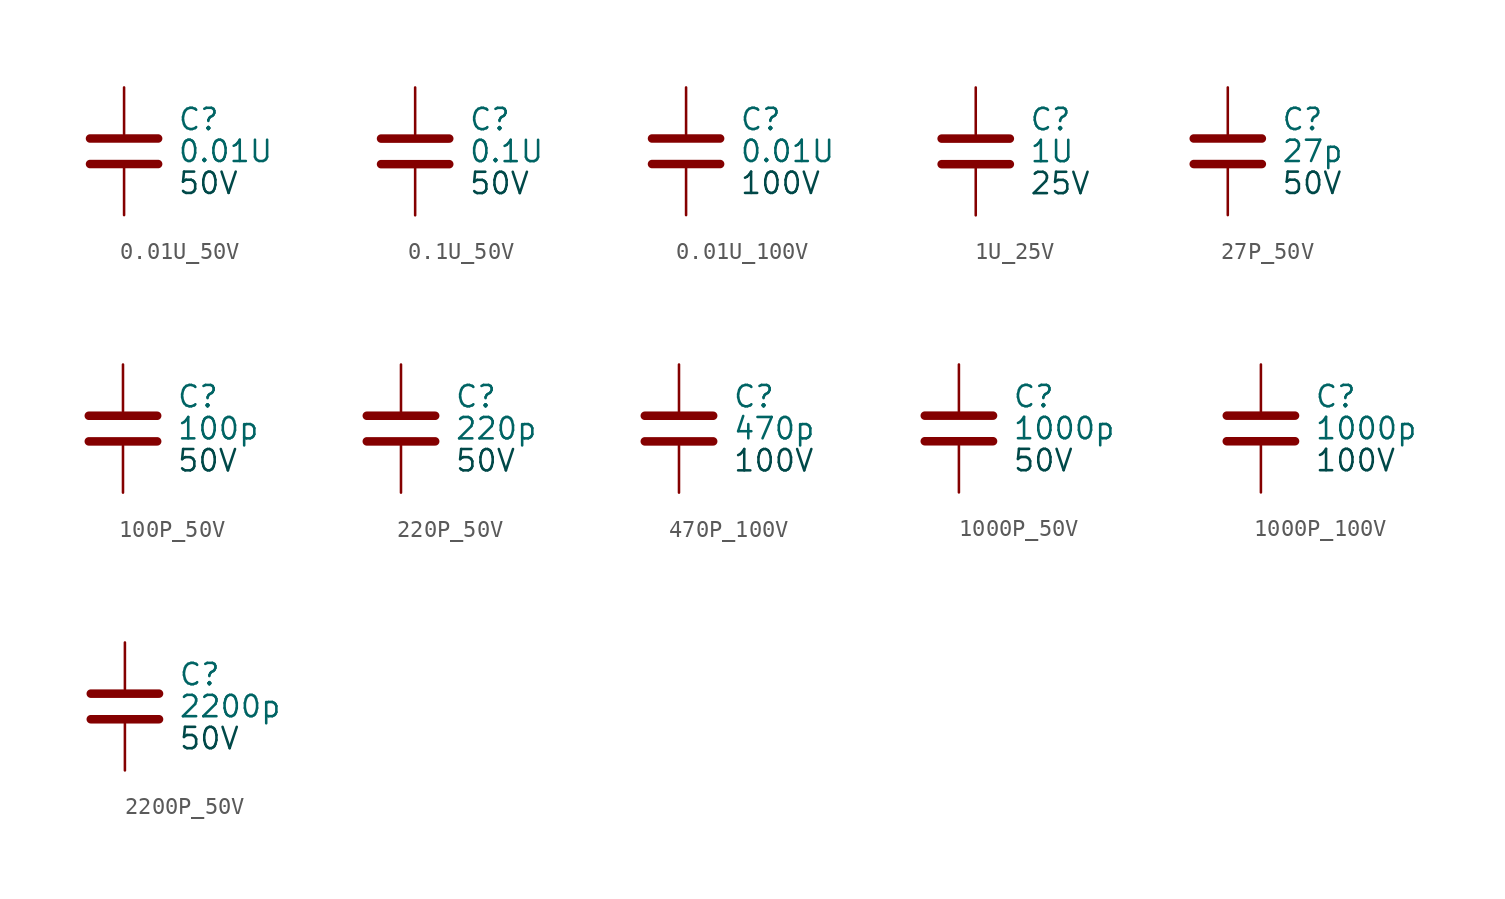
<source format=kicad_sym>
(kicad_symbol_lib
  (version 20220914)
  (generator kicad_symbol_editor)
  (symbol "0.01U_50V"
    (property "Reference" "C"
      (at 3.175 1.905 0)
      (effects (font (size 1.27 1.27)) (justify left)))
    (property "Value" "0.01U"
      (at 3.175 0 0)
      (effects (font (size 1.27 1.27)) (justify left)))
    (property "Volage Rating" "50V"
      (at 3.175 -1.905 0)
      (effects (font (size 1.27 1.27) (color 0 72 72 1)) (justify left)))
    (symbol "0.01U_50V_0_1"
      (polyline (pts (xy -2.032 -0.762) (xy 2.032 -0.762)) (stroke (width 0.508) (type default)) (fill (type none)))
      (polyline (pts (xy -2.032 0.762) (xy 2.032 0.762)) (stroke (width 0.508) (type default)) (fill (type none))))
    (symbol "0.01U_50V_1_1"
      (pin passive line (at 0 3.81 270) (length 2.794) (name "~" (effects (font (size 1.27 1.27)))) (number "1" (effects (font (size 0 0)))))
      (pin passive line (at 0 -3.81 90) (length 2.794) (name "~" (effects (font (size 1.27 1.27)))) (number "2" (effects (font (size 0 0)))))))
  (symbol "0.1U_50V"
    (property "Reference" "C"
      (at 3.175 1.905 0)
      (effects (font (size 1.27 1.27)) (justify left)))
    (property "Value" "0.1U"
      (at 3.175 0 0)
      (effects (font (size 1.27 1.27)) (justify left)))
    (property "Volage Rating" "50V"
      (at 3.175 -1.905 0)
      (effects (font (size 1.27 1.27) (color 0 72 72 1)) (justify left)))
    (symbol "0.1U_50V_0_1"
      (polyline (pts (xy -2.032 -0.762) (xy 2.032 -0.762)) (stroke (width 0.508) (type default)) (fill (type none)))
      (polyline (pts (xy -2.032 0.762) (xy 2.032 0.762)) (stroke (width 0.508) (type default)) (fill (type none))))
    (symbol "0.1U_50V_1_1"
      (pin passive line (at 0 3.81 270) (length 2.794) (name "~" (effects (font (size 1.27 1.27)))) (number "1" (effects (font (size 0 0)))))
      (pin passive line (at 0 -3.81 90) (length 2.794) (name "~" (effects (font (size 1.27 1.27)))) (number "2" (effects (font (size 0 0)))))))
  (symbol "0.01U_100V"
    (property "Reference" "C"
      (at 3.175 1.905 0)
      (effects (font (size 1.27 1.27)) (justify left)))
    (property "Value" "0.01U"
      (at 3.175 0 0)
      (effects (font (size 1.27 1.27)) (justify left)))
    (property "Volage Rating" "100V"
      (at 3.175 -1.905 0)
      (effects (font (size 1.27 1.27) (color 0 72 72 1)) (justify left)))
    (symbol "0.01U_100V_0_1"
      (polyline (pts (xy -2.032 -0.762) (xy 2.032 -0.762)) (stroke (width 0.508) (type default)) (fill (type none)))
      (polyline (pts (xy -2.032 0.762) (xy 2.032 0.762)) (stroke (width 0.508) (type default)) (fill (type none))))
    (symbol "0.01U_100V_1_1"
      (pin passive line (at 0 3.81 270) (length 2.794) (name "~" (effects (font (size 1.27 1.27)))) (number "1" (effects (font (size 0 0)))))
      (pin passive line (at 0 -3.81 90) (length 2.794) (name "~" (effects (font (size 1.27 1.27)))) (number "2" (effects (font (size 0 0)))))))
  (symbol "1U_25V"
    (property "Reference" "C"
      (at 3.175 1.905 0)
      (effects (font (size 1.27 1.27)) (justify left)))
    (property "Value" "1U"
      (at 3.175 0 0)
      (effects (font (size 1.27 1.27)) (justify left)))
    (property "Volage Rating" "25V"
      (at 3.175 -1.905 0)
      (effects (font (size 1.27 1.27) (color 0 72 72 1)) (justify left)))
    (symbol "1U_25V_0_1"
      (polyline (pts (xy -2.032 -0.762) (xy 2.032 -0.762)) (stroke (width 0.508) (type default)) (fill (type none)))
      (polyline (pts (xy -2.032 0.762) (xy 2.032 0.762)) (stroke (width 0.508) (type default)) (fill (type none))))
    (symbol "1U_25V_1_1"
      (pin passive line (at 0 3.81 270) (length 2.794) (name "~" (effects (font (size 1.27 1.27)))) (number "1" (effects (font (size 0 0)))))
      (pin passive line (at 0 -3.81 90) (length 2.794) (name "~" (effects (font (size 1.27 1.27)))) (number "2" (effects (font (size 0 0)))))))
  (symbol "27P_50V"
    (property "Reference" "C"
      (at 3.175 1.905 0)
      (effects (font (size 1.27 1.27)) (justify left)))
    (property "Value" "27p"
      (at 3.175 0 0)
      (effects (font (size 1.27 1.27)) (justify left)))
    (property "Volage Rating" "50V"
      (at 3.175 -1.905 0)
      (effects (font (size 1.27 1.27) (color 0 72 72 1)) (justify left)))
    (symbol "27P_50V_0_1"
      (polyline (pts (xy -2.032 -0.762) (xy 2.032 -0.762)) (stroke (width 0.508) (type default)) (fill (type none)))
      (polyline (pts (xy -2.032 0.762) (xy 2.032 0.762)) (stroke (width 0.508) (type default)) (fill (type none))))
    (symbol "27P_50V_1_1"
      (pin passive line (at 0 3.81 270) (length 2.794) (name "~" (effects (font (size 1.27 1.27)))) (number "1" (effects (font (size 0 0)))))
      (pin passive line (at 0 -3.81 90) (length 2.794) (name "~" (effects (font (size 1.27 1.27)))) (number "2" (effects (font (size 0 0)))))))
  (symbol "100P_50V"
    (property "Reference" "C"
      (at 3.175 1.905 0)
      (effects (font (size 1.27 1.27)) (justify left)))
    (property "Value" "100p"
      (at 3.175 0 0)
      (effects (font (size 1.27 1.27)) (justify left)))
    (property "Volage Rating" "50V"
      (at 3.175 -1.905 0)
      (effects (font (size 1.27 1.27) (color 0 72 72 1)) (justify left)))
    (symbol "100P_50V_0_1"
      (polyline (pts (xy -2.032 -0.762) (xy 2.032 -0.762)) (stroke (width 0.508) (type default)) (fill (type none)))
      (polyline (pts (xy -2.032 0.762) (xy 2.032 0.762)) (stroke (width 0.508) (type default)) (fill (type none))))
    (symbol "100P_50V_1_1"
      (pin passive line (at 0 3.81 270) (length 2.794) (name "~" (effects (font (size 1.27 1.27)))) (number "1" (effects (font (size 0 0)))))
      (pin passive line (at 0 -3.81 90) (length 2.794) (name "~" (effects (font (size 1.27 1.27)))) (number "2" (effects (font (size 0 0)))))))
  (symbol "220P_50V"
    (property "Reference" "C"
      (at 3.175 1.905 0)
      (effects (font (size 1.27 1.27)) (justify left)))
    (property "Value" "220p"
      (at 3.175 0 0)
      (effects (font (size 1.27 1.27)) (justify left)))
    (property "Volage Rating" "50V"
      (at 3.175 -1.905 0)
      (effects (font (size 1.27 1.27) (color 0 72 72 1)) (justify left)))
    (symbol "220P_50V_0_1"
      (polyline (pts (xy -2.032 -0.762) (xy 2.032 -0.762)) (stroke (width 0.508) (type default)) (fill (type none)))
      (polyline (pts (xy -2.032 0.762) (xy 2.032 0.762)) (stroke (width 0.508) (type default)) (fill (type none))))
    (symbol "220P_50V_1_1"
      (pin passive line (at 0 3.81 270) (length 2.794) (name "~" (effects (font (size 1.27 1.27)))) (number "1" (effects (font (size 0 0)))))
      (pin passive line (at 0 -3.81 90) (length 2.794) (name "~" (effects (font (size 1.27 1.27)))) (number "2" (effects (font (size 0 0)))))))
  (symbol "470P_100V"
    (property "Reference" "C"
      (at 3.175 1.905 0)
      (effects (font (size 1.27 1.27)) (justify left)))
    (property "Value" "470p"
      (at 3.175 0 0)
      (effects (font (size 1.27 1.27)) (justify left)))
    (property "Volage Rating" "100V"
      (at 3.175 -1.905 0)
      (effects (font (size 1.27 1.27) (color 0 72 72 1)) (justify left)))
    (symbol "470P_100V_0_1"
      (polyline (pts (xy -2.032 -0.762) (xy 2.032 -0.762)) (stroke (width 0.508) (type default)) (fill (type none)))
      (polyline (pts (xy -2.032 0.762) (xy 2.032 0.762)) (stroke (width 0.508) (type default)) (fill (type none))))
    (symbol "470P_100V_1_1"
      (pin passive line (at 0 3.81 270) (length 2.794) (name "~" (effects (font (size 1.27 1.27)))) (number "1" (effects (font (size 0 0)))))
      (pin passive line (at 0 -3.81 90) (length 2.794) (name "~" (effects (font (size 1.27 1.27)))) (number "2" (effects (font (size 0 0)))))))
  (symbol "1000P_50V"
    (property "Reference" "C"
      (at 3.175 1.905 0)
      (effects (font (size 1.27 1.27)) (justify left)))
    (property "Value" "1000p"
      (at 3.175 0 0)
      (effects (font (size 1.27 1.27)) (justify left)))
    (property "Volage Rating" "50V"
      (at 3.175 -1.905 0)
      (effects (font (size 1.27 1.27) (color 0 72 72 1)) (justify left)))
    (symbol "1000P_50V_0_1"
      (polyline (pts (xy -2.032 -0.762) (xy 2.032 -0.762)) (stroke (width 0.508) (type default)) (fill (type none)))
      (polyline (pts (xy -2.032 0.762) (xy 2.032 0.762)) (stroke (width 0.508) (type default)) (fill (type none))))
    (symbol "1000P_50V_1_1"
      (pin passive line (at 0 3.81 270) (length 2.794) (name "~" (effects (font (size 1.27 1.27)))) (number "1" (effects (font (size 0 0)))))
      (pin passive line (at 0 -3.81 90) (length 2.794) (name "~" (effects (font (size 1.27 1.27)))) (number "2" (effects (font (size 0 0)))))))
  (symbol "1000P_100V"
    (property "Reference" "C"
      (at 3.175 1.905 0)
      (effects (font (size 1.27 1.27)) (justify left)))
    (property "Value" "1000p"
      (at 3.175 0 0)
      (effects (font (size 1.27 1.27)) (justify left)))
    (property "Volage Rating" "100V"
      (at 3.175 -1.905 0)
      (effects (font (size 1.27 1.27) (color 0 72 72 1)) (justify left)))
    (symbol "1000P_100V_0_1"
      (polyline (pts (xy -2.032 -0.762) (xy 2.032 -0.762)) (stroke (width 0.508) (type default)) (fill (type none)))
      (polyline (pts (xy -2.032 0.762) (xy 2.032 0.762)) (stroke (width 0.508) (type default)) (fill (type none))))
    (symbol "1000P_100V_1_1"
      (pin passive line (at 0 3.81 270) (length 2.794) (name "~" (effects (font (size 1.27 1.27)))) (number "1" (effects (font (size 0 0)))))
      (pin passive line (at 0 -3.81 90) (length 2.794) (name "~" (effects (font (size 1.27 1.27)))) (number "2" (effects (font (size 0 0)))))))
  (symbol "2200P_50V"
    (property "Reference" "C"
      (at 3.175 1.905 0)
      (effects (font (size 1.27 1.27)) (justify left)))
    (property "Value" "2200p"
      (at 3.175 0 0)
      (effects (font (size 1.27 1.27)) (justify left)))
    (property "Volage Rating" "50V"
      (at 3.175 -1.905 0)
      (effects (font (size 1.27 1.27) (color 0 72 72 1)) (justify left)))
    (symbol "2200P_50V_0_1"
      (polyline (pts (xy -2.032 -0.762) (xy 2.032 -0.762)) (stroke (width 0.508) (type default)) (fill (type none)))
      (polyline (pts (xy -2.032 0.762) (xy 2.032 0.762)) (stroke (width 0.508) (type default)) (fill (type none))))
    (symbol "2200P_50V_1_1"
      (pin passive line (at 0 3.81 270) (length 2.794) (name "~" (effects (font (size 1.27 1.27)))) (number "1" (effects (font (size 0 0)))))
      (pin passive line (at 0 -3.81 90) (length 2.794) (name "~" (effects (font (size 1.27 1.27)))) (number "2" (effects (font (size 0 0))))))))
</source>
